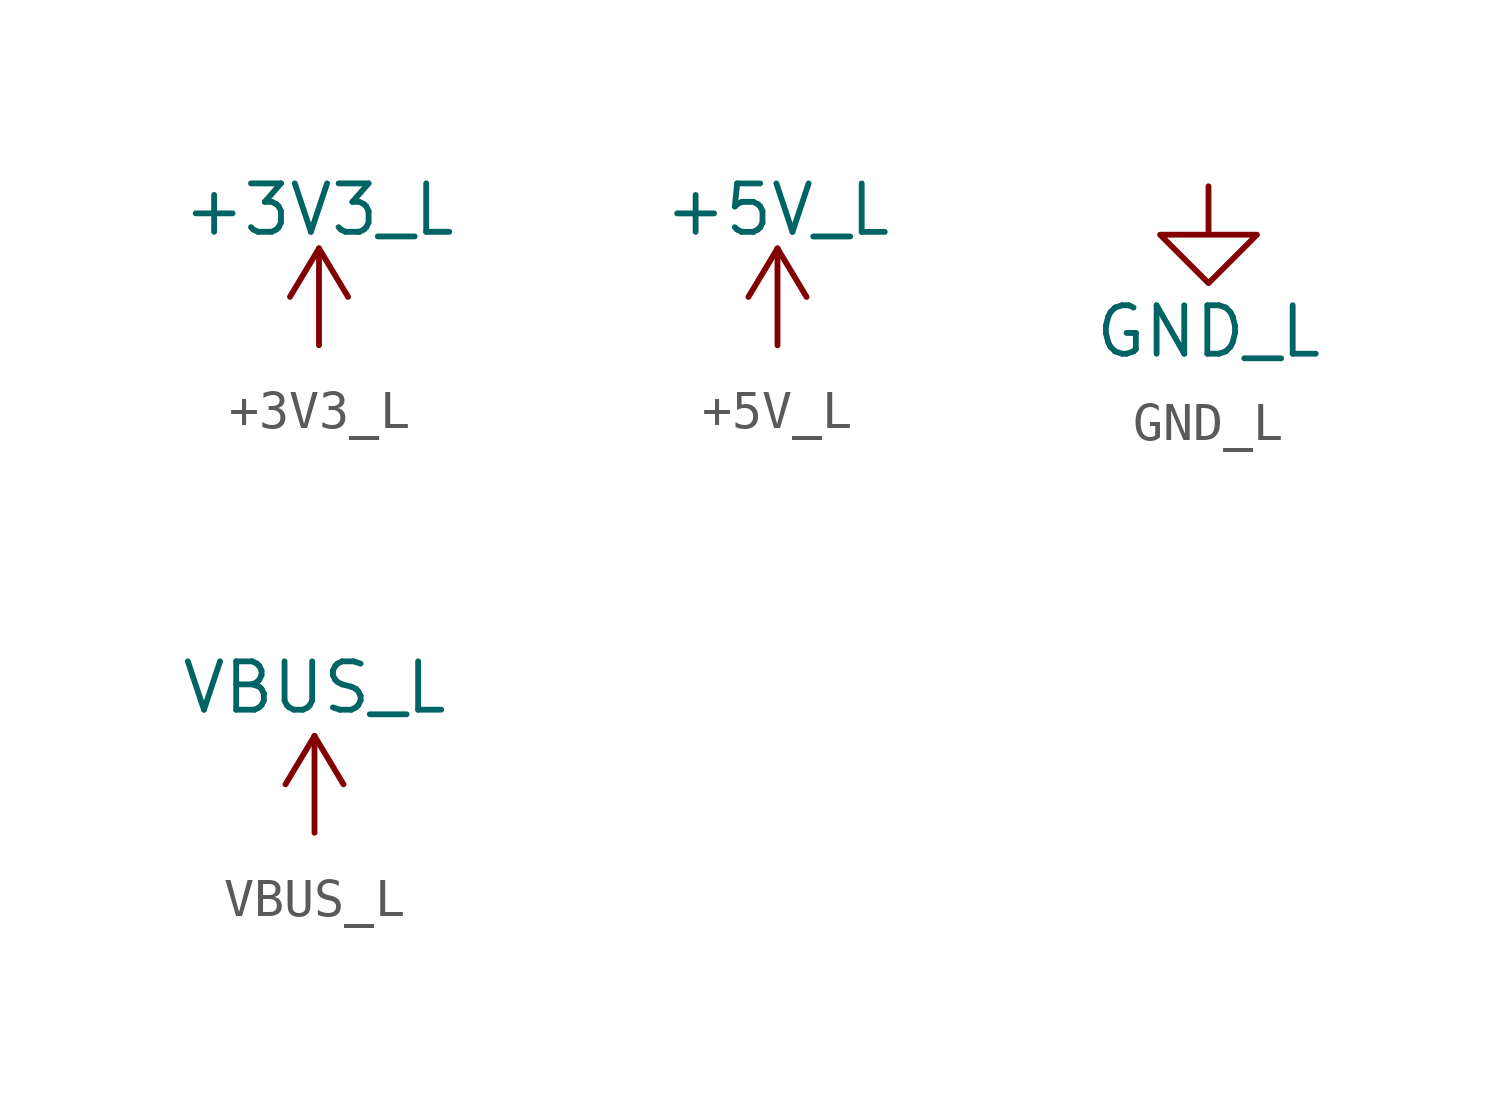
<source format=kicad_sym>
(kicad_symbol_lib
  (version 20211014)
  (generator kicad_symbol_editor)
  (symbol "+3V3_L"
    (power)
    (pin_names
      (offset 0))
    (property "Reference" "#PWR"
      (at 0 -3.81 0)
      (effects (font (size 1.27 1.27)) hide))
    (property "Value" "+3V3_L"
      (at 0 3.556 0)
      (effects (font (size 1.27 1.27))))
    (symbol "+3V3_L_0_1"
      (polyline (pts (xy -0.762 1.27) (xy 0 2.54)) (stroke (width 0) (type default) (color 0 0 0 0)) (fill (type none)))
      (polyline (pts (xy 0 0) (xy 0 2.54)) (stroke (width 0) (type default) (color 0 0 0 0)) (fill (type none)))
      (polyline (pts (xy 0 2.54) (xy 0.762 1.27)) (stroke (width 0) (type default) (color 0 0 0 0)) (fill (type none))))
    (symbol "+3V3_L_1_1"
      (pin power_in line (at 0 0 90) (length 0) hide (name "+3V3_L" (effects (font (size 1.27 1.27)))) (number "1" (effects (font (size 1.27 1.27)))))))
  (symbol "+5V_L"
    (power)
    (pin_names
      (offset 0))
    (property "Reference" "#PWR"
      (at 0 -3.81 0)
      (effects (font (size 1.27 1.27)) hide))
    (property "Value" "+5V_L"
      (at 0 3.556 0)
      (effects (font (size 1.27 1.27))))
    (symbol "+5V_L_0_1"
      (polyline (pts (xy -0.762 1.27) (xy 0 2.54)) (stroke (width 0) (type default) (color 0 0 0 0)) (fill (type none)))
      (polyline (pts (xy 0 0) (xy 0 2.54)) (stroke (width 0) (type default) (color 0 0 0 0)) (fill (type none)))
      (polyline (pts (xy 0 2.54) (xy 0.762 1.27)) (stroke (width 0) (type default) (color 0 0 0 0)) (fill (type none))))
    (symbol "+5V_L_1_1"
      (pin power_in line (at 0 0 90) (length 0) hide (name "+5V_L" (effects (font (size 1.27 1.27)))) (number "1" (effects (font (size 1.27 1.27)))))))
  (symbol "GND_L"
    (power)
    (pin_names
      (offset 0))
    (property "Reference" "#PWR"
      (at 0 -6.35 0)
      (effects (font (size 1.27 1.27)) hide))
    (property "Value" "GND_L"
      (at 0 -3.81 0)
      (effects (font (size 1.27 1.27))))
    (symbol "GND_L_0_1"
      (polyline (pts (xy 0 0) (xy 0 -1.27) (xy 1.27 -1.27) (xy 0 -2.54) (xy -1.27 -1.27) (xy 0 -1.27)) (stroke (width 0) (type default) (color 0 0 0 0)) (fill (type none))))
    (symbol "GND_L_1_1"
      (pin power_in line (at 0 0 270) (length 0) hide (name "GND_L" (effects (font (size 1.27 1.27)))) (number "1" (effects (font (size 1.27 1.27)))))))
  (symbol "VBUS_L"
    (power)
    (pin_names
      (offset 0))
    (property "Reference" "#PWR"
      (at 0 -3.81 0)
      (effects (font (size 1.27 1.27)) hide))
    (property "Value" "VBUS_L"
      (at 0 3.81 0)
      (effects (font (size 1.27 1.27))))
    (symbol "VBUS_L_0_1"
      (polyline (pts (xy -0.762 1.27) (xy 0 2.54)) (stroke (width 0) (type default) (color 0 0 0 0)) (fill (type none)))
      (polyline (pts (xy 0 0) (xy 0 2.54)) (stroke (width 0) (type default) (color 0 0 0 0)) (fill (type none)))
      (polyline (pts (xy 0 2.54) (xy 0.762 1.27)) (stroke (width 0) (type default) (color 0 0 0 0)) (fill (type none))))
    (symbol "VBUS_L_1_1"
      (pin power_in line (at 0 0 90) (length 0) hide (name "VBUS_L" (effects (font (size 1.27 1.27)))) (number "1" (effects (font (size 1.27 1.27))))))))
</source>
